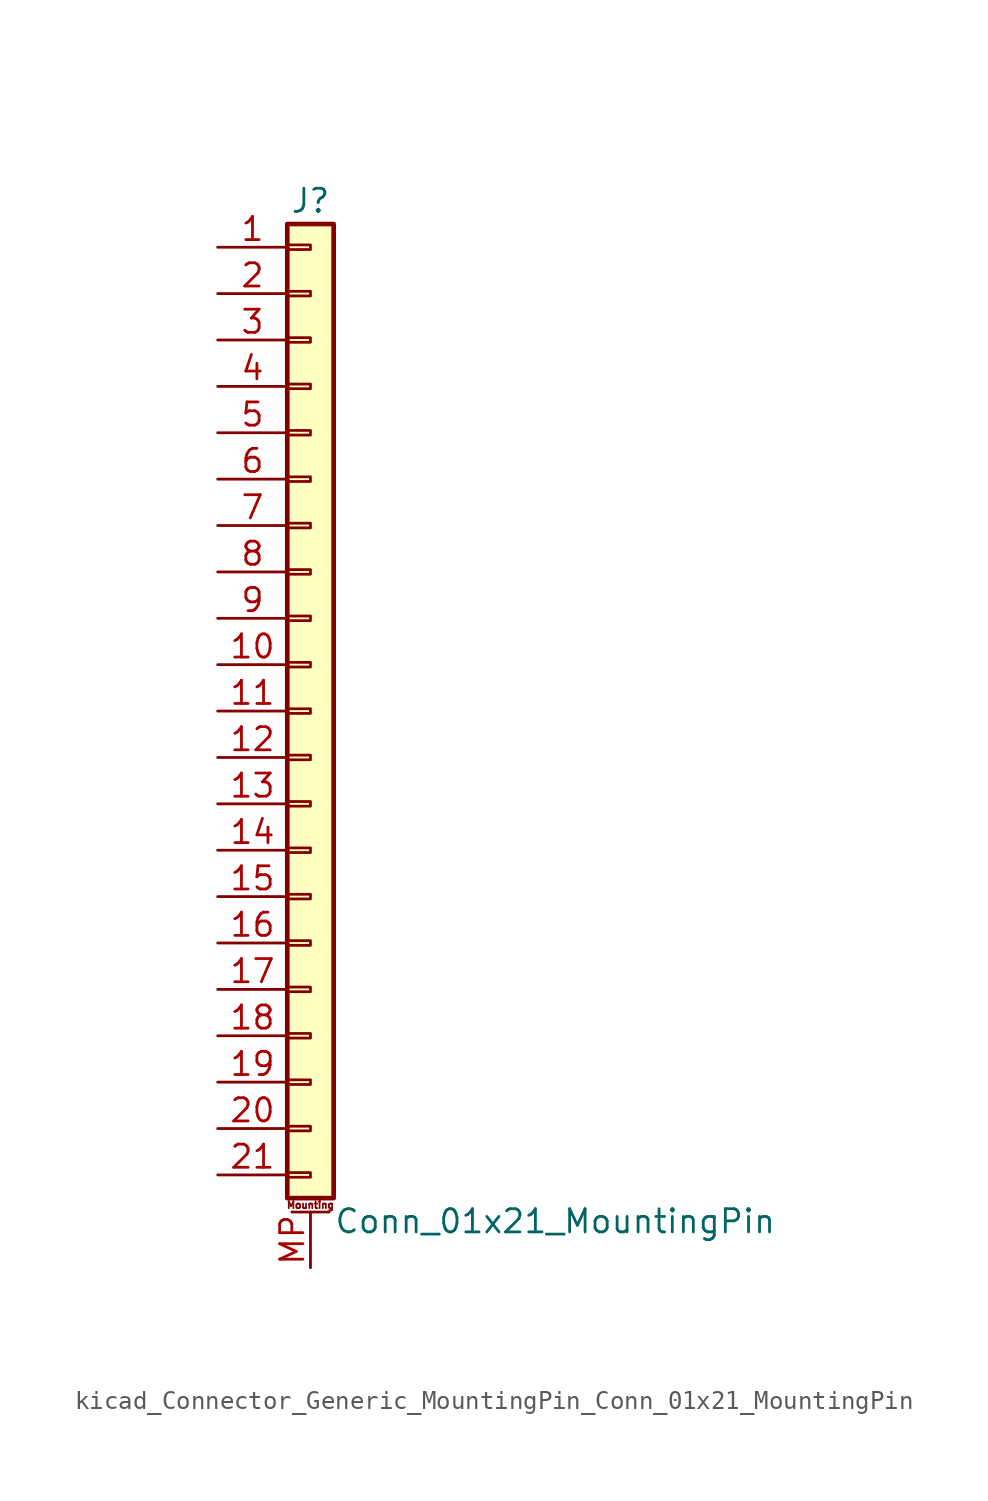
<source format=kicad_sym>
(kicad_symbol_lib
  (version 20220914)
  (generator kicad_symbol_editor)
  (symbol "kicad_Connector_Generic_MountingPin_Conn_01x21_MountingPin"
    (pin_names
      (offset 1.016) hide)
    (property "Reference" "J"
      (at 0 27.94 0)
      (effects (font (size 1.27 1.27))))
    (property "Value" "Conn_01x21_MountingPin"
      (at 1.27 -27.94 0)
      (effects (font (size 1.27 1.27)) (justify left)))
    (symbol "kicad_Connector_Generic_MountingPin_Conn_01x21_MountingPin_1_1"
      (rectangle (start -1.27 -25.273) (end 0 -25.527) (stroke (width 0.152) (type default)) (fill (type none)))
      (rectangle (start -1.27 -22.733) (end 0 -22.987) (stroke (width 0.152) (type default)) (fill (type none)))
      (rectangle (start -1.27 -20.193) (end 0 -20.447) (stroke (width 0.152) (type default)) (fill (type none)))
      (rectangle (start -1.27 -17.653) (end 0 -17.907) (stroke (width 0.152) (type default)) (fill (type none)))
      (rectangle (start -1.27 -15.113) (end 0 -15.367) (stroke (width 0.152) (type default)) (fill (type none)))
      (rectangle (start -1.27 -12.573) (end 0 -12.827) (stroke (width 0.152) (type default)) (fill (type none)))
      (rectangle (start -1.27 -10.033) (end 0 -10.287) (stroke (width 0.152) (type default)) (fill (type none)))
      (rectangle (start -1.27 -7.493) (end 0 -7.747) (stroke (width 0.152) (type default)) (fill (type none)))
      (rectangle (start -1.27 -4.953) (end 0 -5.207) (stroke (width 0.152) (type default)) (fill (type none)))
      (rectangle (start -1.27 -2.413) (end 0 -2.667) (stroke (width 0.152) (type default)) (fill (type none)))
      (rectangle (start -1.27 0.127) (end 0 -0.127) (stroke (width 0.152) (type default)) (fill (type none)))
      (rectangle (start -1.27 2.667) (end 0 2.413) (stroke (width 0.152) (type default)) (fill (type none)))
      (rectangle (start -1.27 5.207) (end 0 4.953) (stroke (width 0.152) (type default)) (fill (type none)))
      (rectangle (start -1.27 7.747) (end 0 7.493) (stroke (width 0.152) (type default)) (fill (type none)))
      (rectangle (start -1.27 10.287) (end 0 10.033) (stroke (width 0.152) (type default)) (fill (type none)))
      (rectangle (start -1.27 12.827) (end 0 12.573) (stroke (width 0.152) (type default)) (fill (type none)))
      (rectangle (start -1.27 15.367) (end 0 15.113) (stroke (width 0.152) (type default)) (fill (type none)))
      (rectangle (start -1.27 17.907) (end 0 17.653) (stroke (width 0.152) (type default)) (fill (type none)))
      (rectangle (start -1.27 20.447) (end 0 20.193) (stroke (width 0.152) (type default)) (fill (type none)))
      (rectangle (start -1.27 22.987) (end 0 22.733) (stroke (width 0.152) (type default)) (fill (type none)))
      (rectangle (start -1.27 25.527) (end 0 25.273) (stroke (width 0.152) (type default)) (fill (type none)))
      (rectangle (start -1.27 26.67) (end 1.27 -26.67) (stroke (width 0.254) (type default)) (fill (type background)))
      (polyline (pts (xy -1.016 -27.432) (xy 1.016 -27.432)) (stroke (width 0.152) (type default)) (fill (type none)))
      (text "Mounting" (at 0 -27.051 0) (effects (font (size 0.381 0.381))))
      (pin passive line (at -5.08 25.4 0) (length 3.81) (name "Pin_1" (effects (font (size 1.27 1.27)))) (number "1" (effects (font (size 1.27 1.27)))))
      (pin passive line (at -5.08 2.54 0) (length 3.81) (name "Pin_10" (effects (font (size 1.27 1.27)))) (number "10" (effects (font (size 1.27 1.27)))))
      (pin passive line (at -5.08 0 0) (length 3.81) (name "Pin_11" (effects (font (size 1.27 1.27)))) (number "11" (effects (font (size 1.27 1.27)))))
      (pin passive line (at -5.08 -2.54 0) (length 3.81) (name "Pin_12" (effects (font (size 1.27 1.27)))) (number "12" (effects (font (size 1.27 1.27)))))
      (pin passive line (at -5.08 -5.08 0) (length 3.81) (name "Pin_13" (effects (font (size 1.27 1.27)))) (number "13" (effects (font (size 1.27 1.27)))))
      (pin passive line (at -5.08 -7.62 0) (length 3.81) (name "Pin_14" (effects (font (size 1.27 1.27)))) (number "14" (effects (font (size 1.27 1.27)))))
      (pin passive line (at -5.08 -10.16 0) (length 3.81) (name "Pin_15" (effects (font (size 1.27 1.27)))) (number "15" (effects (font (size 1.27 1.27)))))
      (pin passive line (at -5.08 -12.7 0) (length 3.81) (name "Pin_16" (effects (font (size 1.27 1.27)))) (number "16" (effects (font (size 1.27 1.27)))))
      (pin passive line (at -5.08 -15.24 0) (length 3.81) (name "Pin_17" (effects (font (size 1.27 1.27)))) (number "17" (effects (font (size 1.27 1.27)))))
      (pin passive line (at -5.08 -17.78 0) (length 3.81) (name "Pin_18" (effects (font (size 1.27 1.27)))) (number "18" (effects (font (size 1.27 1.27)))))
      (pin passive line (at -5.08 -20.32 0) (length 3.81) (name "Pin_19" (effects (font (size 1.27 1.27)))) (number "19" (effects (font (size 1.27 1.27)))))
      (pin passive line (at -5.08 22.86 0) (length 3.81) (name "Pin_2" (effects (font (size 1.27 1.27)))) (number "2" (effects (font (size 1.27 1.27)))))
      (pin passive line (at -5.08 -22.86 0) (length 3.81) (name "Pin_20" (effects (font (size 1.27 1.27)))) (number "20" (effects (font (size 1.27 1.27)))))
      (pin passive line (at -5.08 -25.4 0) (length 3.81) (name "Pin_21" (effects (font (size 1.27 1.27)))) (number "21" (effects (font (size 1.27 1.27)))))
      (pin passive line (at -5.08 20.32 0) (length 3.81) (name "Pin_3" (effects (font (size 1.27 1.27)))) (number "3" (effects (font (size 1.27 1.27)))))
      (pin passive line (at -5.08 17.78 0) (length 3.81) (name "Pin_4" (effects (font (size 1.27 1.27)))) (number "4" (effects (font (size 1.27 1.27)))))
      (pin passive line (at -5.08 15.24 0) (length 3.81) (name "Pin_5" (effects (font (size 1.27 1.27)))) (number "5" (effects (font (size 1.27 1.27)))))
      (pin passive line (at -5.08 12.7 0) (length 3.81) (name "Pin_6" (effects (font (size 1.27 1.27)))) (number "6" (effects (font (size 1.27 1.27)))))
      (pin passive line (at -5.08 10.16 0) (length 3.81) (name "Pin_7" (effects (font (size 1.27 1.27)))) (number "7" (effects (font (size 1.27 1.27)))))
      (pin passive line (at -5.08 7.62 0) (length 3.81) (name "Pin_8" (effects (font (size 1.27 1.27)))) (number "8" (effects (font (size 1.27 1.27)))))
      (pin passive line (at -5.08 5.08 0) (length 3.81) (name "Pin_9" (effects (font (size 1.27 1.27)))) (number "9" (effects (font (size 1.27 1.27)))))
      (pin passive line (at 0 -30.48 90) (length 3.048) (name "MountPin" (effects (font (size 1.27 1.27)))) (number "MP" (effects (font (size 1.27 1.27))))))))
</source>
